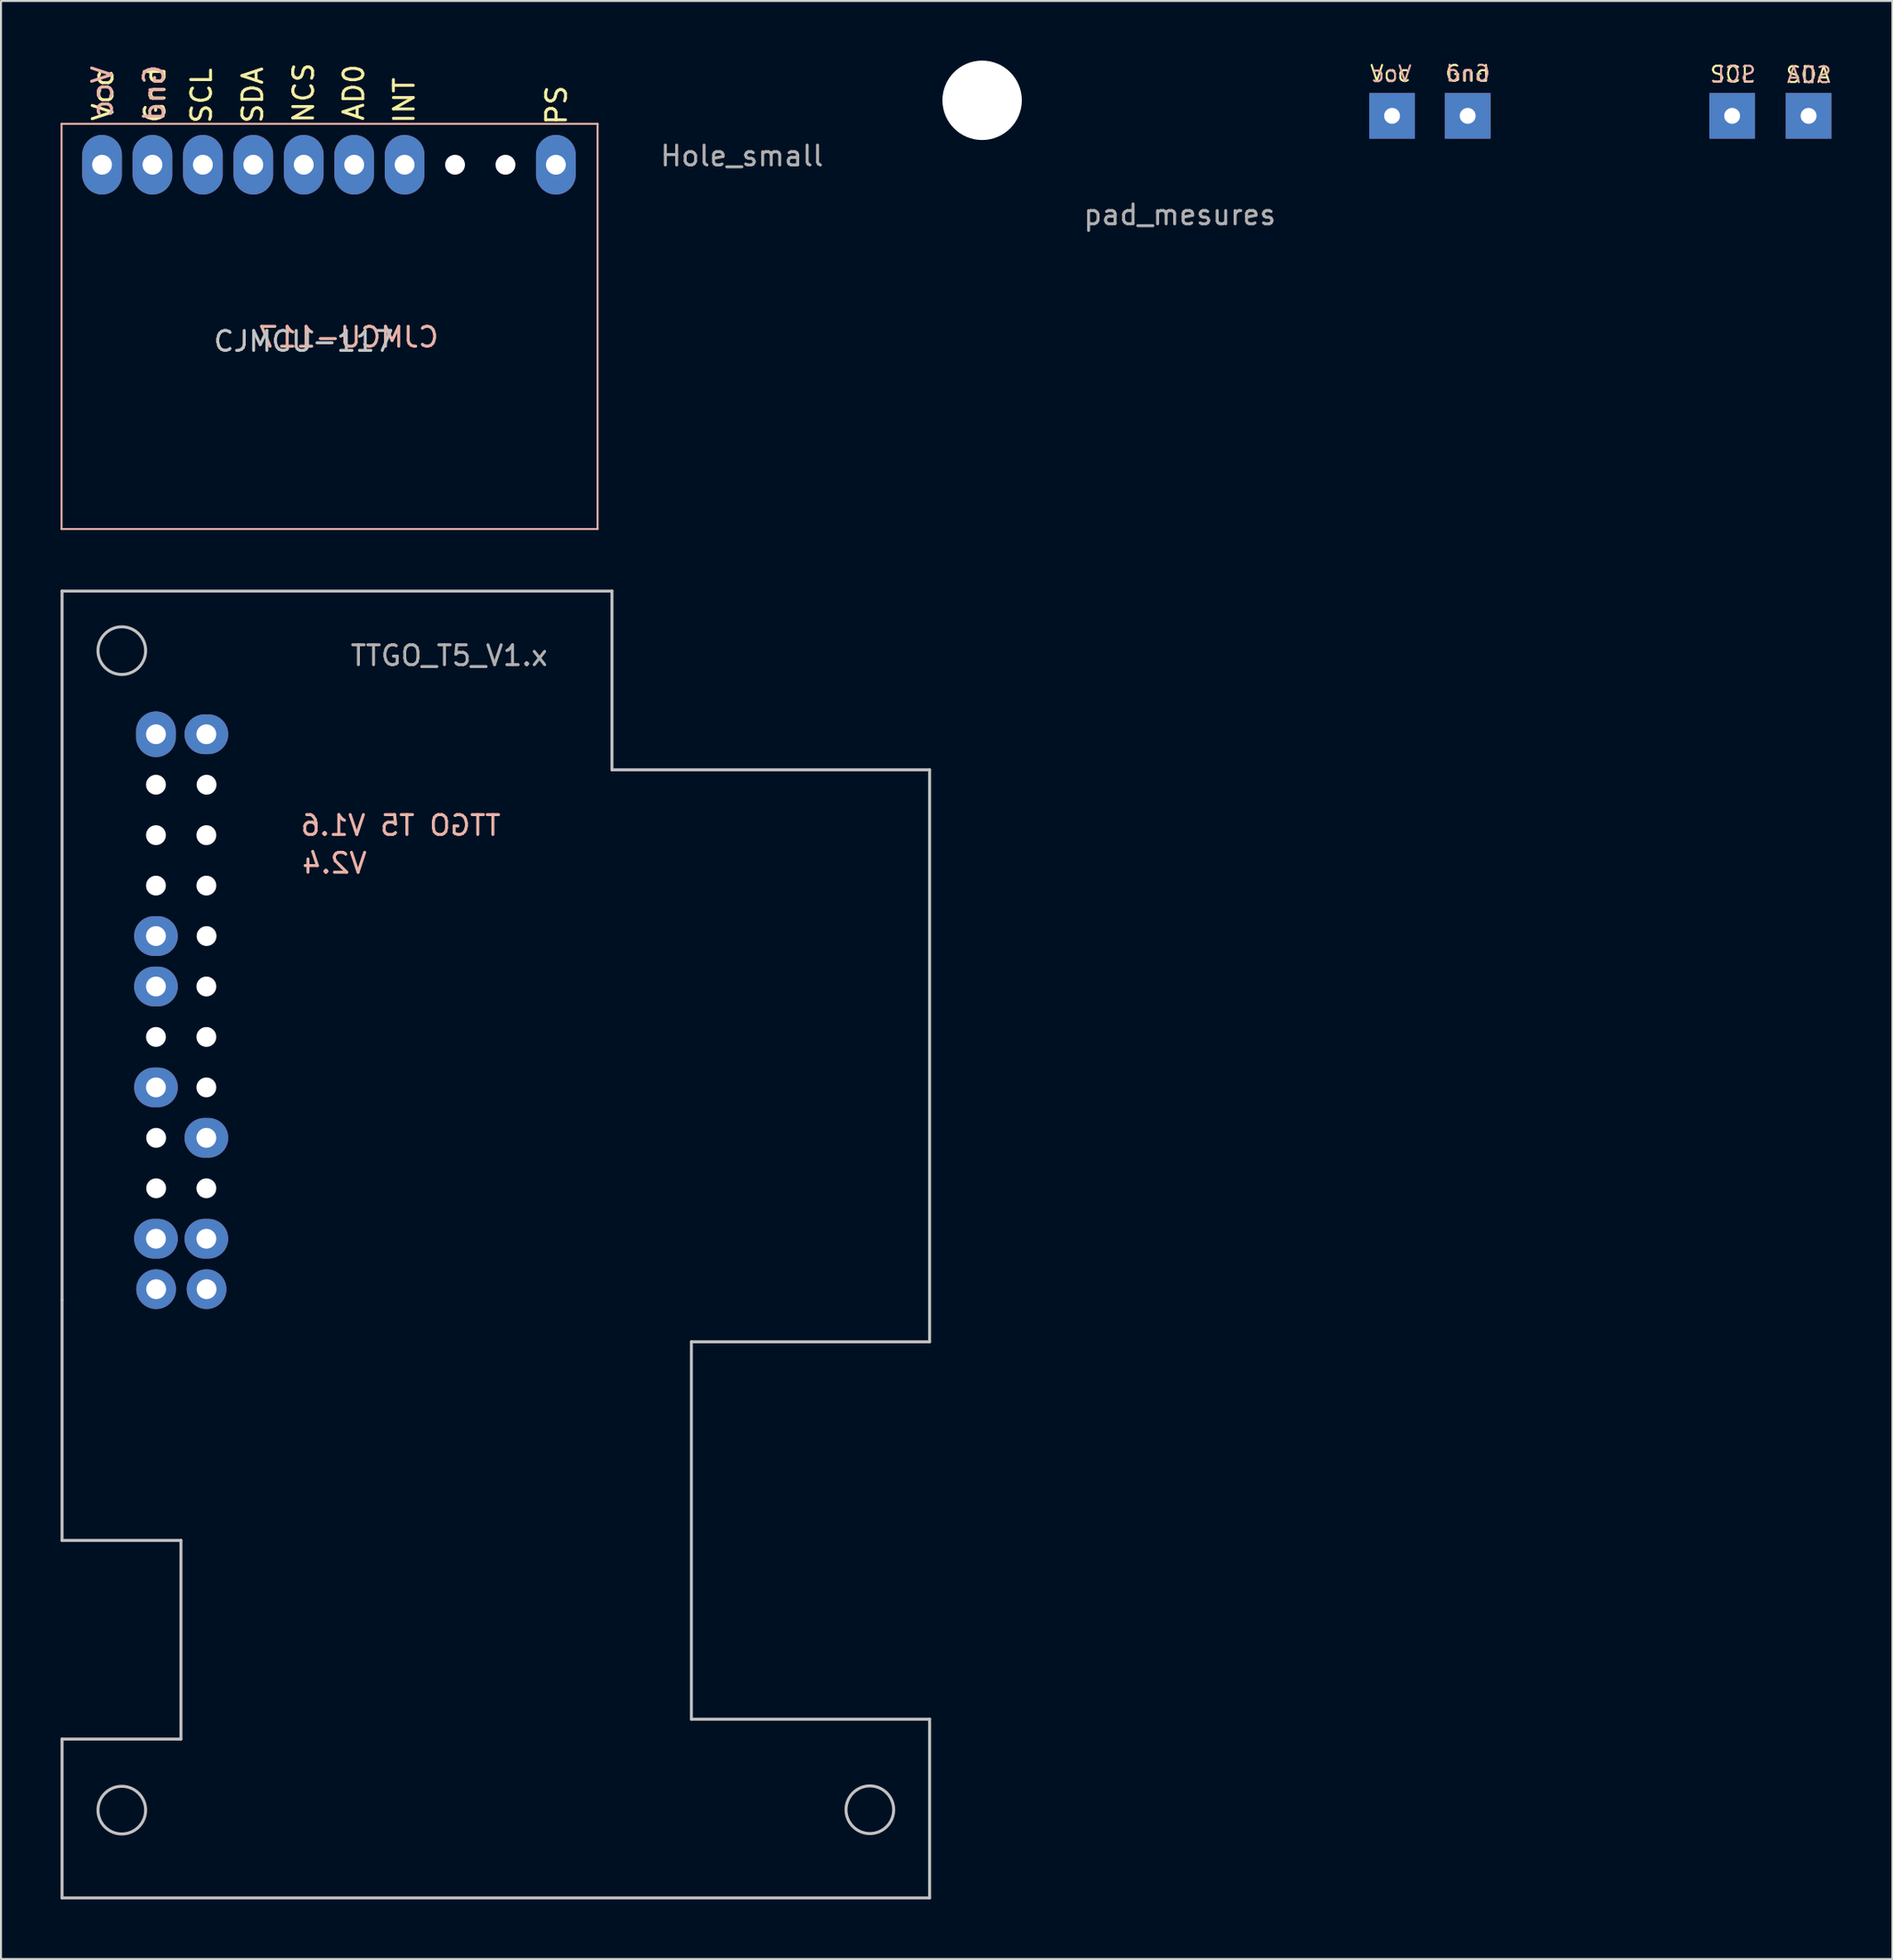
<source format=kicad_pcb>
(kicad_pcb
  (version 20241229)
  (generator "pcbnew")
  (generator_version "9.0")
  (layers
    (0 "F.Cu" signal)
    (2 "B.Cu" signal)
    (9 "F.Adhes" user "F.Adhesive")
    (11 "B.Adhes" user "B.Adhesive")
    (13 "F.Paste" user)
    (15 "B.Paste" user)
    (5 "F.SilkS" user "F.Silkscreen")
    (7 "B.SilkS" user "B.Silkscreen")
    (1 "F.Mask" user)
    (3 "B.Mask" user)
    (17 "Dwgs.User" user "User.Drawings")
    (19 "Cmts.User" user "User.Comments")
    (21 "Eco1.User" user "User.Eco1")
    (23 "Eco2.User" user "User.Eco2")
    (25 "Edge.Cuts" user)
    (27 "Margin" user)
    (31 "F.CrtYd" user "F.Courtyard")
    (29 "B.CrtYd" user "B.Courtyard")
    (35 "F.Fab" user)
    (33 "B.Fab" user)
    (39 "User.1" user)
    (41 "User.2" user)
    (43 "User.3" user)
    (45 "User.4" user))
  (footprint "CJMCU-117"
    (layer "F.Cu")
    (at 12.25 7.785)
    (property "Reference" "CJMCU-117" (at 0 6.35 0) (layer "Dwgs.User") (effects (font (size 1 1) (thickness 0.15))))
    (attr through_hole)
    (fp_line (start -12.2 -4.6) (end 14.8 -4.6) (stroke (width 0.1) (type solid)) (layer "B.SilkS"))
    (fp_line (start -12.2 15.8) (end -12.2 -4.6) (stroke (width 0.1) (type solid)) (layer "B.SilkS"))
    (fp_line (start 14.8 -4.6) (end 14.8 15.8) (stroke (width 0.1) (type solid)) (layer "B.SilkS"))
    (fp_line (start 14.8 15.8) (end -12.2 15.8) (stroke (width 0.1) (type solid)) (layer "B.SilkS"))
    (fp_text user "Vcc" (at -10.11 -6.05 90) (layer "F.SilkS") (effects (font (size 1 1) (thickness 0.15))))
    (fp_text user "NCS" (at -0.01 -6.16 90) (layer "F.SilkS") (effects (font (size 1 1) (thickness 0.15))))
    (fp_text user "SDA" (at -2.57 -6.05 90) (layer "F.SilkS") (effects (font (size 1 1) (thickness 0.15))))
    (fp_text user "SCL" (at -5.15 -6.02 90) (layer "F.SilkS") (effects (font (size 1 1) (thickness 0.15))))
    (fp_text user "PS" (at 12.73 -5.54 90) (layer "F.SilkS") (effects (font (size 1 1) (thickness 0.15))))
    (fp_text user "Gnd" (at -7.49 -6.07 90) (layer "F.SilkS") (effects (font (size 1 1) (thickness 0.15))))
    (fp_text user "AD0" (at 2.52 -6.18 90) (layer "F.SilkS") (effects (font (size 1 1) (thickness 0.15))))
    (fp_text user "INT" (at 5.06 -5.78 90) (layer "F.SilkS") (effects (font (size 1 1) (thickness 0.15))))
    (fp_text user "Vcc" (at -10.14 -6.22 90) (layer "B.SilkS") (effects (font (size 1 1) (thickness 0.15)) (justify mirror)))
    (fp_text user "CJMCU-117" (at 2.26 6.14 0) (layer "B.SilkS") (effects (font (size 1 1) (thickness 0.15)) (justify mirror)))
    (fp_text user "Gnd" (at -7.54 -6.15 90) (layer "B.SilkS") (effects (font (size 1 1) (thickness 0.15)) (justify mirror)))
    (pad "" np_thru_hole circle (at 7.62 -2.54) (size 1 1) (drill 1) (layers "*.Cu" "*.Mask"))
    (pad "" np_thru_hole circle (at 10.16 -2.54) (size 1 1) (drill 1) (layers "*.Cu" "*.Mask"))
    (pad "1" thru_hole oval (at -10.16 -2.54) (size 2 3) (drill 1) (layers "*.Cu" "*.Mask"))
    (pad "2" thru_hole oval (at -7.62 -2.54) (size 2 3) (drill 1) (layers "*.Cu" "*.Mask"))
    (pad "3" thru_hole oval (at -5.08 -2.54) (size 2 3) (drill 1) (layers "*.Cu" "*.Mask"))
    (pad "4" thru_hole oval (at -2.54 -2.54) (size 2 3) (drill 1) (layers "*.Cu" "*.Mask"))
    (pad "5" thru_hole oval (at 0 -2.54) (size 2 3) (drill 1) (layers "*.Cu" "*.Mask"))
    (pad "6" thru_hole oval (at 2.54 -2.54) (size 2 3) (drill 1) (layers "*.Cu" "*.Mask"))
    (pad "7" thru_hole oval (at 5.08 -2.54) (size 2 3) (drill 1) (layers "*.Cu" "*.Mask"))
    (pad "10" thru_hole oval (at 12.7 -2.54) (size 2 3) (drill 1) (layers "*.Cu" "*.Mask")))
  (footprint "Hole_small"
    (layer "F.Cu")
    (at 46.42 2)
    (property "Reference" "Hole_small" (at -12.1 2.8 0) (layer "F.Fab") (effects (font (size 1 1) (thickness 0.15))))
    (attr through_hole)
    (pad "" np_thru_hole circle (at 0 0) (size 4 4) (drill 4) (layers "*.Cu" "*.Mask")))
  (footprint "pad_mesures"
    (layer "F.Cu")
    (at 65.799 4.053)
    (property "Reference" "pad_mesures" (at -9.42 3.71 0) (layer "F.Fab") (effects (font (size 1 1) (thickness 0.15))))
    (attr through_hole)
    (fp_text user "SDA" (at 22.23 -3.34 0) (layer "F.SilkS") (effects (font (size 0.8 0.8) (thickness 0.1))))
    (fp_text user "Gnd" (at 5.07 -3.4 0) (layer "F.SilkS") (effects (font (size 0.8 0.8) (thickness 0.1))))
    (fp_text user "Vcc" (at 1.19 -3.4 0) (layer "F.SilkS") (effects (font (size 0.8 0.8) (thickness 0.1))))
    (fp_text user "SCL" (at 18.39 -3.36 0) (layer "F.SilkS") (effects (font (size 0.8 0.8) (thickness 0.1))))
    (fp_text user "SCL" (at 18.49 -3.36 0) (layer "B.SilkS") (effects (font (size 0.8 0.8) (thickness 0.1)) (justify mirror)))
    (fp_text user "Vcc" (at 1.23 -3.38 0) (layer "B.SilkS") (effects (font (size 0.8 0.8) (thickness 0.1)) (justify mirror)))
    (fp_text user "Gnd" (at 5.1 -3.41 0) (layer "B.SilkS") (effects (font (size 0.8 0.8) (thickness 0.1)) (justify mirror)))
    (fp_text user "SDA" (at 22.28 -3.33 0) (layer "B.SilkS") (effects (font (size 0.8 0.8) (thickness 0.1)) (justify mirror)))
    (pad "1" thru_hole rect (at 1.27 -1.27) (size 2.3 2.3) (drill 0.8) (layers "*.Cu" "*.Mask"))
    (pad "2" thru_hole rect (at 5.08 -1.27) (size 2.3 2.3) (drill 0.8) (layers "*.Cu" "*.Mask"))
    (pad "3" thru_hole rect (at 18.4 -1.27) (size 2.3 2.3) (drill 0.8) (layers "*.Cu" "*.Mask"))
    (pad "4" thru_hole rect (at 22.25 -1.27) (size 2.3 2.3) (drill 0.8) (layers "*.Cu" "*.Mask")))
  (footprint "TTGO_T5_V1.x"
    (layer "F.Cu")
    (at 7.135 62.41)
    (property "Reference" "TTGO_T5_V1.x" (at 12.44 -32.45 0) (layer "F.Fab") (effects (font (size 1 1) (thickness 0.15))))
    (attr through_hole)
    (fp_line (start -7.06 -35.7) (end 20.64 -35.7) (stroke (width 0.15) (type solid)) (layer "Dwgs.User"))
    (fp_line (start -7.06 0) (end -7.06 -35.7) (stroke (width 0.15) (type solid)) (layer "Dwgs.User"))
    (fp_line (start -7.06 12.1) (end -7.06 0) (stroke (width 0.15) (type solid)) (layer "Dwgs.User"))
    (fp_line (start -7.06 22.1) (end -7.06 30.1) (stroke (width 0.15) (type solid)) (layer "Dwgs.User"))
    (fp_line (start -7.06 22.1) (end -1.07 22.1) (stroke (width 0.15) (type solid)) (layer "Dwgs.User"))
    (fp_line (start -1.07 12.1) (end -7.06 12.1) (stroke (width 0.15) (type solid)) (layer "Dwgs.User"))
    (fp_line (start -1.07 22.1) (end -1.07 12.1) (stroke (width 0.15) (type solid)) (layer "Dwgs.User"))
    (fp_line (start 20.64 -35.7) (end 20.64 -26.7) (stroke (width 0.15) (type solid)) (layer "Dwgs.User"))
    (fp_line (start 20.64 -26.7) (end 36.64 -26.7) (stroke (width 0.15) (type solid)) (layer "Dwgs.User"))
    (fp_line (start 24.64 2.1) (end 36.64 2.1) (stroke (width 0.15) (type solid)) (layer "Dwgs.User"))
    (fp_line (start 24.64 21.1) (end 24.64 2.1) (stroke (width 0.15) (type solid)) (layer "Dwgs.User"))
    (fp_line (start 36.64 -26.7) (end 36.64 2.1) (stroke (width 0.15) (type solid)) (layer "Dwgs.User"))
    (fp_line (start 36.64 21.1) (end 24.64 21.1) (stroke (width 0.15) (type solid)) (layer "Dwgs.User"))
    (fp_line (start 36.64 21.1) (end 36.64 30.1) (stroke (width 0.15) (type solid)) (layer "Dwgs.User"))
    (fp_line (start 36.64 30.1) (end -7.06 30.1) (stroke (width 0.15) (type solid)) (layer "Dwgs.User"))
    (fp_circle (center -4.05 -32.7) (end -2.85 -32.7) (stroke (width 0.15) (type solid)) (fill no) (layer "Dwgs.User"))
    (fp_circle (center -4.05 25.68) (end -2.85 25.68) (stroke (width 0.15) (type solid)) (fill no) (layer "Dwgs.User"))
    (fp_circle (center 33.63 25.66) (end 34.83 25.66) (stroke (width 0.15) (type solid)) (fill no) (layer "Dwgs.User"))
    (fp_text user "TTGO T5 V1.6" (at 10 -23.9 0) (layer "B.SilkS") (effects (font (size 1 1) (thickness 0.15)) (justify mirror)))
    (fp_text user "V2.4" (at 6.66 -22 0) (layer "B.SilkS") (effects (font (size 1 1) (thickness 0.15)) (justify mirror)))
    (pad "" np_thru_hole circle (at -2.33 -25.95) (size 1 1) (drill 1) (layers "*.Cu" "*.Mask"))
    (pad "" np_thru_hole circle (at -2.33 -23.41) (size 1 1) (drill 1) (layers "*.Cu" "*.Mask"))
    (pad "" np_thru_hole circle (at -2.33 -20.87) (size 1 1) (drill 1) (layers "*.Cu" "*.Mask"))
    (pad "" np_thru_hole circle (at -2.33 -13.25) (size 1 1) (drill 1) (layers "*.Cu" "*.Mask"))
    (pad "" np_thru_hole circle (at -2.32 -8.17) (size 1 1) (drill 1) (layers "*.Cu" "*.Mask"))
    (pad "" np_thru_hole circle (at -2.32 -5.63) (size 1 1) (drill 1) (layers "*.Cu" "*.Mask"))
    (pad "" np_thru_hole circle (at 0.21 -23.41) (size 1 1) (drill 1) (layers "*.Cu" "*.Mask"))
    (pad "" np_thru_hole circle (at 0.21 -20.87) (size 1 1) (drill 1) (layers "*.Cu" "*.Mask"))
    (pad "" np_thru_hole circle (at 0.21 -15.79) (size 1 1) (drill 1) (layers "*.Cu" "*.Mask"))
    (pad "" np_thru_hole circle (at 0.21 -13.25) (size 1 1) (drill 1) (layers "*.Cu" "*.Mask"))
    (pad "" np_thru_hole circle (at 0.21 -10.71) (size 1 1) (drill 1) (layers "*.Cu" "*.Mask"))
    (pad "" np_thru_hole circle (at 0.21 -5.63) (size 1 1) (drill 1) (layers "*.Cu" "*.Mask"))
    (pad "" np_thru_hole circle (at 0.22 -25.95) (size 1 1) (drill 1) (layers "*.Cu" "*.Mask"))
    (pad "" np_thru_hole circle (at 0.22 -18.33) (size 1 1) (drill 1) (layers "*.Cu" "*.Mask"))
    (pad "1" thru_hole oval (at -2.32 -0.55) (size 2 2) (drill 1) (layers "*.Cu" "*.Mask"))
    (pad "2" thru_hole oval (at -2.33 -3.09) (size 2.2 2) (drill 1) (layers "*.Cu" "*.Mask"))
    (pad "5" thru_hole oval (at -2.33 -10.71) (size 2.2 2) (drill 1) (layers "*.Cu" "*.Mask"))
    (pad "7" thru_hole oval (at -2.33 -15.79) (size 2.2 2) (drill 1) (layers "*.Cu" "*.Mask"))
    (pad "8" thru_hole oval (at -2.33 -18.33) (size 2.2 2) (drill 1) (layers "*.Cu" "*.Mask"))
    (pad "12" thru_hole oval (at -2.33 -28.49) (size 2 2.3) (drill 1) (layers "*.Cu" "*.Mask"))
    (pad "13" thru_hole oval (at 0.22 -0.55) (size 2 2) (drill 1) (layers "*.Cu" "*.Mask"))
    (pad "14" thru_hole oval (at 0.21 -3.09) (size 2.2 2) (drill 1) (layers "*.Cu" "*.Mask"))
    (pad "16" thru_hole oval (at 0.21 -8.17) (size 2.2 2) (drill 1) (layers "*.Cu" "*.Mask"))
    (pad "24" thru_hole oval (at 0.21 -28.49) (size 2.2 2) (drill 1) (layers "*.Cu" "*.Mask")))
  (gr_rect
    (start -3 -3)
    (end 92.272 95.585)
    (stroke (width 0.1) (type default))
    (fill no)
    (layer "Edge.Cuts")))
</source>
